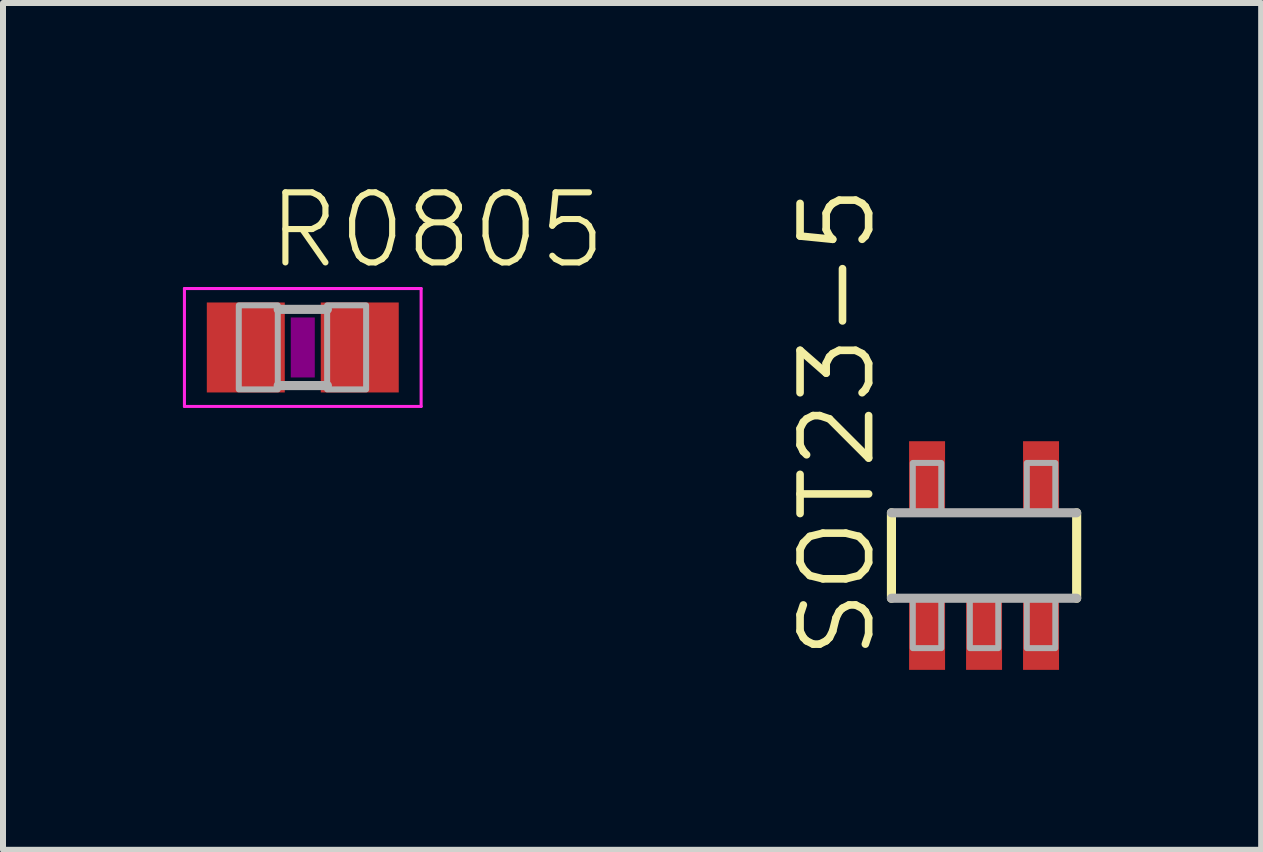
<source format=kicad_pcb>
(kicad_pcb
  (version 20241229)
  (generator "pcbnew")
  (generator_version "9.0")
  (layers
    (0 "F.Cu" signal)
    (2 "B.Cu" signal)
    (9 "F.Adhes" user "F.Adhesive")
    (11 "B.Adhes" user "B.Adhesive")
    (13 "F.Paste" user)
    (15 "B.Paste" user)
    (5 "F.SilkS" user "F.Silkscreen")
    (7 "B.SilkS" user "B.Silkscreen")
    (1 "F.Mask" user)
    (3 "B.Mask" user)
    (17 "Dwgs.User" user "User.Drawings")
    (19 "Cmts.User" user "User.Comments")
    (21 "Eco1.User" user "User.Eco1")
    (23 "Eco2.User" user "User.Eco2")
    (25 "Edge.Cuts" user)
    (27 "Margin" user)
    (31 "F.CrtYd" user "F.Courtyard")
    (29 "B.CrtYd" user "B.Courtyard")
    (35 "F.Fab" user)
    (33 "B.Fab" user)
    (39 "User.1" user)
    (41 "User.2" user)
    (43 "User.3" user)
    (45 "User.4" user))
  (footprint "R0805"
    (layer "F.Cu")
    (at 1.998 2.743)
    (property "Reference" "R0805" (at -0.635 -1.27 0) (layer "F.SilkS") (effects (font (size 1.168 1.168) (thickness 0.102)) (justify left bottom)))
    (fp_poly (pts (xy -0.2 0.5) (xy 0.2 0.5) (xy 0.2 -0.5) (xy -0.2 -0.5)) (stroke (width 0) (type solid)) (fill yes) (layer "F.Adhes"))
    (fp_line (start -1.973 -0.983) (end 1.973 -0.983) (stroke (width 0.051) (type solid)) (layer "F.CrtYd"))
    (fp_line (start -1.973 0.983) (end -1.973 -0.983) (stroke (width 0.051) (type solid)) (layer "F.CrtYd"))
    (fp_line (start 1.973 -0.983) (end 1.973 0.983) (stroke (width 0.051) (type solid)) (layer "F.CrtYd"))
    (fp_line (start 1.973 0.983) (end -1.973 0.983) (stroke (width 0.051) (type solid)) (layer "F.CrtYd"))
    (fp_line (start -0.41 -0.635) (end 0.41 -0.635) (stroke (width 0.152) (type solid)) (layer "F.Fab"))
    (fp_line (start -0.41 0.635) (end 0.41 0.635) (stroke (width 0.152) (type solid)) (layer "F.Fab"))
    (fp_poly (pts (xy -1.067 0.699) (xy -0.417 0.699) (xy -0.417 -0.702) (xy -1.067 -0.702)) (stroke (width 0.1) (type solid)) (fill no) (layer "F.Fab"))
    (fp_poly (pts (xy 0.406 0.699) (xy 1.056 0.699) (xy 1.056 -0.702) (xy 0.406 -0.702)) (stroke (width 0.1) (type solid)) (fill no) (layer "F.Fab"))
    (pad "1" smd rect (at -0.95 0) (size 1.3 1.5) (layers "F.Cu" "F.Mask" "F.Paste"))
    (pad "2" smd rect (at 0.95 0) (size 1.3 1.5) (layers "F.Cu" "F.Mask" "F.Paste")))
  (footprint "SOT23-5"
    (layer "F.Cu")
    (at 13.356 6.212)
    (property "Reference" "SOT23-5" (at -1.778 1.778 90) (layer "F.SilkS") (effects (font (size 1.143 1.143) (thickness 0.127)) (justify left bottom)))
    (fp_line (start -1.544 0.712) (end -1.544 -0.713) (stroke (width 0.152) (type solid)) (layer "F.SilkS"))
    (fp_line (start 1.544 -0.713) (end 1.544 0.712) (stroke (width 0.152) (type solid)) (layer "F.SilkS"))
    (fp_line (start -1.544 -0.713) (end 1.544 -0.713) (stroke (width 0.152) (type solid)) (layer "F.Fab"))
    (fp_line (start 1.544 0.712) (end -1.544 0.712) (stroke (width 0.152) (type solid)) (layer "F.Fab"))
    (fp_poly (pts (xy -1.188 -0.713) (xy -0.713 -0.713) (xy -0.713 -1.544) (xy -1.188 -1.544)) (stroke (width 0.1) (type solid)) (fill no) (layer "F.Fab"))
    (fp_poly (pts (xy -1.188 1.544) (xy -0.713 1.544) (xy -0.713 0.712) (xy -1.188 0.712)) (stroke (width 0.1) (type solid)) (fill no) (layer "F.Fab"))
    (fp_poly (pts (xy -0.237 1.544) (xy 0.237 1.544) (xy 0.237 0.712) (xy -0.237 0.712)) (stroke (width 0.1) (type solid)) (fill no) (layer "F.Fab"))
    (fp_poly (pts (xy 0.713 -0.713) (xy 1.188 -0.713) (xy 1.188 -1.544) (xy 0.713 -1.544)) (stroke (width 0.1) (type solid)) (fill no) (layer "F.Fab"))
    (fp_poly (pts (xy 0.713 1.544) (xy 1.188 1.544) (xy 1.188 0.712) (xy 0.713 0.712)) (stroke (width 0.1) (type solid)) (fill no) (layer "F.Fab"))
    (pad "1" smd rect (at -0.95 1.306) (size 0.6 1.2) (layers "F.Cu" "F.Mask" "F.Paste"))
    (pad "2" smd rect (at 0 1.306) (size 0.6 1.2) (layers "F.Cu" "F.Mask" "F.Paste"))
    (pad "3" smd rect (at 0.95 1.306) (size 0.6 1.2) (layers "F.Cu" "F.Mask" "F.Paste"))
    (pad "4" smd rect (at 0.95 -1.306) (size 0.6 1.2) (layers "F.Cu" "F.Mask" "F.Paste"))
    (pad "5" smd rect (at -0.95 -1.306) (size 0.6 1.2) (layers "F.Cu" "F.Mask" "F.Paste")))
  (gr_rect
    (start -3 -3)
    (end 17.976 11.118)
    (stroke (width 0.1) (type default))
    (fill no)
    (layer "Edge.Cuts")))
</source>
